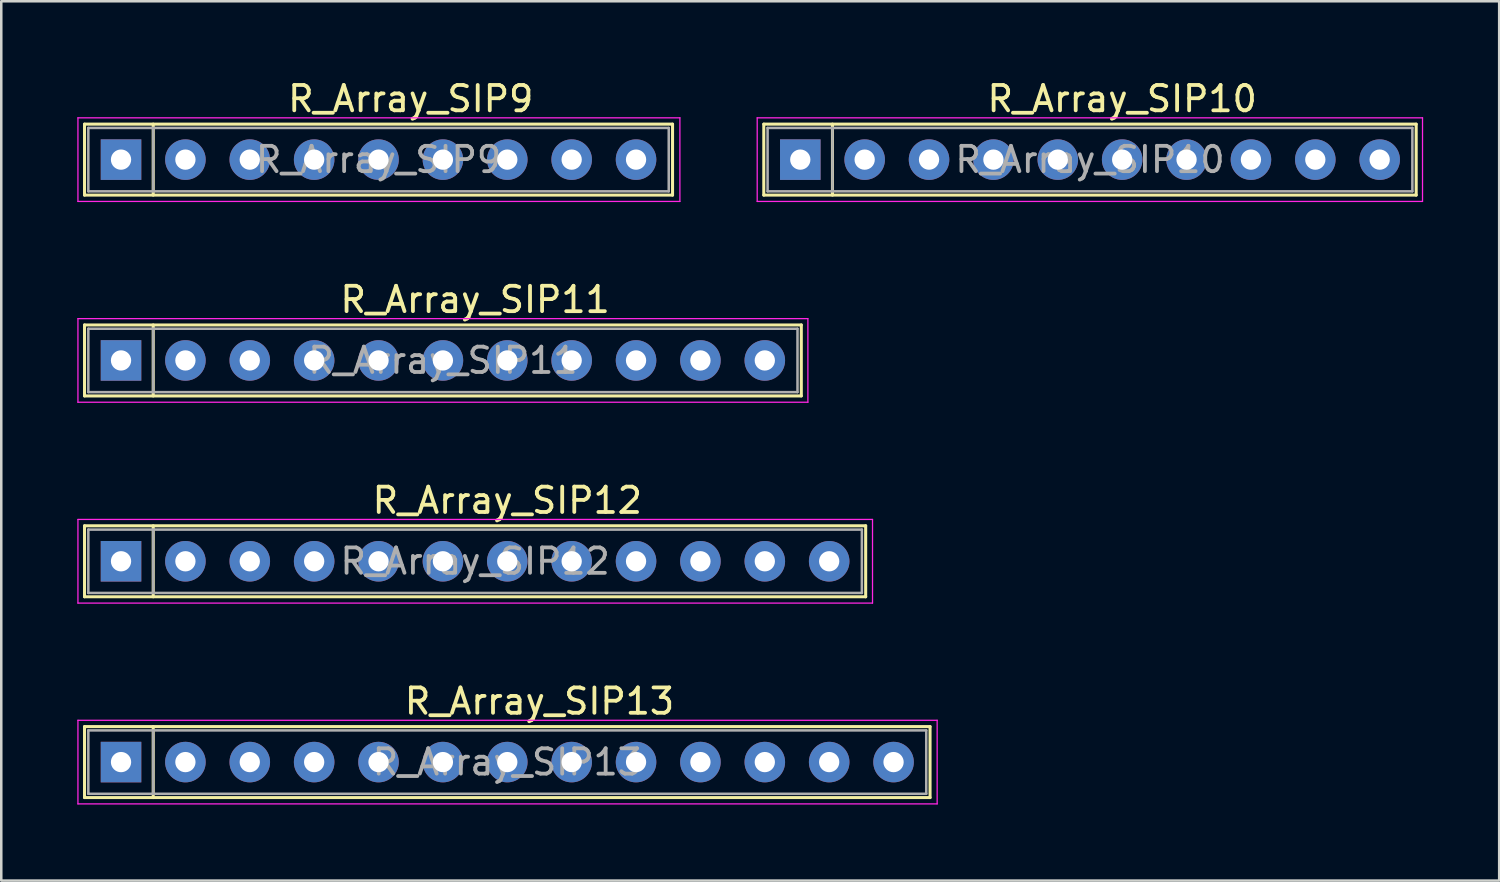
<source format=kicad_pcb>
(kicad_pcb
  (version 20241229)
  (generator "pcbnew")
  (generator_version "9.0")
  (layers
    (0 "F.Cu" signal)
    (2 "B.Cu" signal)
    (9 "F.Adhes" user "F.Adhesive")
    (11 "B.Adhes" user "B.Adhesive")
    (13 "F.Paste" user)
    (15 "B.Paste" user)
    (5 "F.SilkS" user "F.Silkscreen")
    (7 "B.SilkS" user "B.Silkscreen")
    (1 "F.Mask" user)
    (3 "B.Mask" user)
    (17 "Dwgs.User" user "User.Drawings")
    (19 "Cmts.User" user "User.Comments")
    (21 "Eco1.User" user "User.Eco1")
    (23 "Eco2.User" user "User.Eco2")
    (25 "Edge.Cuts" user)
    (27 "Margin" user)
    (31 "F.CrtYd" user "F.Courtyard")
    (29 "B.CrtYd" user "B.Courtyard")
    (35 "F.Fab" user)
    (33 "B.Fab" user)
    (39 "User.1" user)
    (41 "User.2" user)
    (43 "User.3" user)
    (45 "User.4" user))
  (footprint "R_Array_SIP13"
    (layer "F.Cu")
    (at 1.725 27.018)
    (property "Reference" "R_Array_SIP13" (at 16.51 -2.4 0) (layer "F.SilkS") (effects (font (size 1 1) (thickness 0.15))))
    (attr through_hole)
    (fp_line (start -1.44 -1.4) (end -1.44 1.4) (stroke (width 0.12) (type solid)) (layer "F.SilkS"))
    (fp_line (start -1.44 1.4) (end 31.92 1.4) (stroke (width 0.12) (type solid)) (layer "F.SilkS"))
    (fp_line (start 1.27 -1.4) (end 1.27 1.4) (stroke (width 0.12) (type solid)) (layer "F.SilkS"))
    (fp_line (start 31.92 -1.4) (end -1.44 -1.4) (stroke (width 0.12) (type solid)) (layer "F.SilkS"))
    (fp_line (start 31.92 1.4) (end 31.92 -1.4) (stroke (width 0.12) (type solid)) (layer "F.SilkS"))
    (fp_line (start -1.7 -1.65) (end -1.7 1.65) (stroke (width 0.05) (type solid)) (layer "F.CrtYd"))
    (fp_line (start -1.7 1.65) (end 32.2 1.65) (stroke (width 0.05) (type solid)) (layer "F.CrtYd"))
    (fp_line (start 32.2 -1.65) (end -1.7 -1.65) (stroke (width 0.05) (type solid)) (layer "F.CrtYd"))
    (fp_line (start 32.2 1.65) (end 32.2 -1.65) (stroke (width 0.05) (type solid)) (layer "F.CrtYd"))
    (fp_line (start -1.29 -1.25) (end -1.29 1.25) (stroke (width 0.1) (type solid)) (layer "F.Fab"))
    (fp_line (start -1.29 1.25) (end 31.77 1.25) (stroke (width 0.1) (type solid)) (layer "F.Fab"))
    (fp_line (start 1.27 -1.25) (end 1.27 1.25) (stroke (width 0.1) (type solid)) (layer "F.Fab"))
    (fp_line (start 31.77 -1.25) (end -1.29 -1.25) (stroke (width 0.1) (type solid)) (layer "F.Fab"))
    (fp_line (start 31.77 1.25) (end 31.77 -1.25) (stroke (width 0.1) (type solid)) (layer "F.Fab"))
    (fp_text user "${REFERENCE}" (at 15.24 0 0) (layer "F.Fab") (effects (font (size 1 1) (thickness 0.15))))
    (pad "1" thru_hole rect (at 0 0) (size 1.6 1.6) (drill 0.8) (layers "*.Cu" "*.Mask"))
    (pad "2" thru_hole oval (at 2.54 0) (size 1.6 1.6) (drill 0.8) (layers "*.Cu" "*.Mask"))
    (pad "3" thru_hole oval (at 5.08 0) (size 1.6 1.6) (drill 0.8) (layers "*.Cu" "*.Mask"))
    (pad "4" thru_hole oval (at 7.62 0) (size 1.6 1.6) (drill 0.8) (layers "*.Cu" "*.Mask"))
    (pad "5" thru_hole oval (at 10.16 0) (size 1.6 1.6) (drill 0.8) (layers "*.Cu" "*.Mask"))
    (pad "6" thru_hole oval (at 12.7 0) (size 1.6 1.6) (drill 0.8) (layers "*.Cu" "*.Mask"))
    (pad "7" thru_hole oval (at 15.24 0) (size 1.6 1.6) (drill 0.8) (layers "*.Cu" "*.Mask"))
    (pad "8" thru_hole oval (at 17.78 0) (size 1.6 1.6) (drill 0.8) (layers "*.Cu" "*.Mask"))
    (pad "9" thru_hole oval (at 20.32 0) (size 1.6 1.6) (drill 0.8) (layers "*.Cu" "*.Mask"))
    (pad "10" thru_hole oval (at 22.86 0) (size 1.6 1.6) (drill 0.8) (layers "*.Cu" "*.Mask"))
    (pad "11" thru_hole oval (at 25.4 0) (size 1.6 1.6) (drill 0.8) (layers "*.Cu" "*.Mask"))
    (pad "12" thru_hole oval (at 27.94 0) (size 1.6 1.6) (drill 0.8) (layers "*.Cu" "*.Mask"))
    (pad "13" thru_hole oval (at 30.48 0) (size 1.6 1.6) (drill 0.8) (layers "*.Cu" "*.Mask")))
  (footprint "R_Array_SIP11"
    (layer "F.Cu")
    (at 1.725 11.171)
    (property "Reference" "R_Array_SIP11" (at 13.97 -2.4 0) (layer "F.SilkS") (effects (font (size 1 1) (thickness 0.15))))
    (attr through_hole)
    (fp_line (start -1.44 -1.4) (end -1.44 1.4) (stroke (width 0.12) (type solid)) (layer "F.SilkS"))
    (fp_line (start -1.44 1.4) (end 26.84 1.4) (stroke (width 0.12) (type solid)) (layer "F.SilkS"))
    (fp_line (start 1.27 -1.4) (end 1.27 1.4) (stroke (width 0.12) (type solid)) (layer "F.SilkS"))
    (fp_line (start 26.84 -1.4) (end -1.44 -1.4) (stroke (width 0.12) (type solid)) (layer "F.SilkS"))
    (fp_line (start 26.84 1.4) (end 26.84 -1.4) (stroke (width 0.12) (type solid)) (layer "F.SilkS"))
    (fp_line (start -1.7 -1.65) (end -1.7 1.65) (stroke (width 0.05) (type solid)) (layer "F.CrtYd"))
    (fp_line (start -1.7 1.65) (end 27.1 1.65) (stroke (width 0.05) (type solid)) (layer "F.CrtYd"))
    (fp_line (start 27.1 -1.65) (end -1.7 -1.65) (stroke (width 0.05) (type solid)) (layer "F.CrtYd"))
    (fp_line (start 27.1 1.65) (end 27.1 -1.65) (stroke (width 0.05) (type solid)) (layer "F.CrtYd"))
    (fp_line (start -1.29 -1.25) (end -1.29 1.25) (stroke (width 0.1) (type solid)) (layer "F.Fab"))
    (fp_line (start -1.29 1.25) (end 26.69 1.25) (stroke (width 0.1) (type solid)) (layer "F.Fab"))
    (fp_line (start 1.27 -1.25) (end 1.27 1.25) (stroke (width 0.1) (type solid)) (layer "F.Fab"))
    (fp_line (start 26.69 -1.25) (end -1.29 -1.25) (stroke (width 0.1) (type solid)) (layer "F.Fab"))
    (fp_line (start 26.69 1.25) (end 26.69 -1.25) (stroke (width 0.1) (type solid)) (layer "F.Fab"))
    (fp_text user "${REFERENCE}" (at 12.7 0 0) (layer "F.Fab") (effects (font (size 1 1) (thickness 0.15))))
    (pad "1" thru_hole rect (at 0 0) (size 1.6 1.6) (drill 0.8) (layers "*.Cu" "*.Mask"))
    (pad "2" thru_hole oval (at 2.54 0) (size 1.6 1.6) (drill 0.8) (layers "*.Cu" "*.Mask"))
    (pad "3" thru_hole oval (at 5.08 0) (size 1.6 1.6) (drill 0.8) (layers "*.Cu" "*.Mask"))
    (pad "4" thru_hole oval (at 7.62 0) (size 1.6 1.6) (drill 0.8) (layers "*.Cu" "*.Mask"))
    (pad "5" thru_hole oval (at 10.16 0) (size 1.6 1.6) (drill 0.8) (layers "*.Cu" "*.Mask"))
    (pad "6" thru_hole oval (at 12.7 0) (size 1.6 1.6) (drill 0.8) (layers "*.Cu" "*.Mask"))
    (pad "7" thru_hole oval (at 15.24 0) (size 1.6 1.6) (drill 0.8) (layers "*.Cu" "*.Mask"))
    (pad "8" thru_hole oval (at 17.78 0) (size 1.6 1.6) (drill 0.8) (layers "*.Cu" "*.Mask"))
    (pad "9" thru_hole oval (at 20.32 0) (size 1.6 1.6) (drill 0.8) (layers "*.Cu" "*.Mask"))
    (pad "10" thru_hole oval (at 22.86 0) (size 1.6 1.6) (drill 0.8) (layers "*.Cu" "*.Mask"))
    (pad "11" thru_hole oval (at 25.4 0) (size 1.6 1.6) (drill 0.8) (layers "*.Cu" "*.Mask")))
  (footprint "R_Array_SIP10"
    (layer "F.Cu")
    (at 28.525 3.248)
    (property "Reference" "R_Array_SIP10" (at 12.7 -2.4 0) (layer "F.SilkS") (effects (font (size 1 1) (thickness 0.15))))
    (attr through_hole)
    (fp_line (start -1.44 -1.4) (end -1.44 1.4) (stroke (width 0.12) (type solid)) (layer "F.SilkS"))
    (fp_line (start -1.44 1.4) (end 24.3 1.4) (stroke (width 0.12) (type solid)) (layer "F.SilkS"))
    (fp_line (start 1.27 -1.4) (end 1.27 1.4) (stroke (width 0.12) (type solid)) (layer "F.SilkS"))
    (fp_line (start 24.3 -1.4) (end -1.44 -1.4) (stroke (width 0.12) (type solid)) (layer "F.SilkS"))
    (fp_line (start 24.3 1.4) (end 24.3 -1.4) (stroke (width 0.12) (type solid)) (layer "F.SilkS"))
    (fp_line (start -1.7 -1.65) (end -1.7 1.65) (stroke (width 0.05) (type solid)) (layer "F.CrtYd"))
    (fp_line (start -1.7 1.65) (end 24.55 1.65) (stroke (width 0.05) (type solid)) (layer "F.CrtYd"))
    (fp_line (start 24.55 -1.65) (end -1.7 -1.65) (stroke (width 0.05) (type solid)) (layer "F.CrtYd"))
    (fp_line (start 24.55 1.65) (end 24.55 -1.65) (stroke (width 0.05) (type solid)) (layer "F.CrtYd"))
    (fp_line (start -1.29 -1.25) (end -1.29 1.25) (stroke (width 0.1) (type solid)) (layer "F.Fab"))
    (fp_line (start -1.29 1.25) (end 24.15 1.25) (stroke (width 0.1) (type solid)) (layer "F.Fab"))
    (fp_line (start 1.27 -1.25) (end 1.27 1.25) (stroke (width 0.1) (type solid)) (layer "F.Fab"))
    (fp_line (start 24.15 -1.25) (end -1.29 -1.25) (stroke (width 0.1) (type solid)) (layer "F.Fab"))
    (fp_line (start 24.15 1.25) (end 24.15 -1.25) (stroke (width 0.1) (type solid)) (layer "F.Fab"))
    (fp_text user "${REFERENCE}" (at 11.43 0 0) (layer "F.Fab") (effects (font (size 1 1) (thickness 0.15))))
    (pad "1" thru_hole rect (at 0 0) (size 1.6 1.6) (drill 0.8) (layers "*.Cu" "*.Mask"))
    (pad "2" thru_hole oval (at 2.54 0) (size 1.6 1.6) (drill 0.8) (layers "*.Cu" "*.Mask"))
    (pad "3" thru_hole oval (at 5.08 0) (size 1.6 1.6) (drill 0.8) (layers "*.Cu" "*.Mask"))
    (pad "4" thru_hole oval (at 7.62 0) (size 1.6 1.6) (drill 0.8) (layers "*.Cu" "*.Mask"))
    (pad "5" thru_hole oval (at 10.16 0) (size 1.6 1.6) (drill 0.8) (layers "*.Cu" "*.Mask"))
    (pad "6" thru_hole oval (at 12.7 0) (size 1.6 1.6) (drill 0.8) (layers "*.Cu" "*.Mask"))
    (pad "7" thru_hole oval (at 15.24 0) (size 1.6 1.6) (drill 0.8) (layers "*.Cu" "*.Mask"))
    (pad "8" thru_hole oval (at 17.78 0) (size 1.6 1.6) (drill 0.8) (layers "*.Cu" "*.Mask"))
    (pad "9" thru_hole oval (at 20.32 0) (size 1.6 1.6) (drill 0.8) (layers "*.Cu" "*.Mask"))
    (pad "10" thru_hole oval (at 22.86 0) (size 1.6 1.6) (drill 0.8) (layers "*.Cu" "*.Mask")))
  (footprint "R_Array_SIP9"
    (layer "F.Cu")
    (at 1.725 3.248)
    (property "Reference" "R_Array_SIP9" (at 11.43 -2.4 0) (layer "F.SilkS") (effects (font (size 1 1) (thickness 0.15))))
    (attr through_hole)
    (fp_line (start -1.44 -1.4) (end -1.44 1.4) (stroke (width 0.12) (type solid)) (layer "F.SilkS"))
    (fp_line (start -1.44 1.4) (end 21.76 1.4) (stroke (width 0.12) (type solid)) (layer "F.SilkS"))
    (fp_line (start 1.27 -1.4) (end 1.27 1.4) (stroke (width 0.12) (type solid)) (layer "F.SilkS"))
    (fp_line (start 21.76 -1.4) (end -1.44 -1.4) (stroke (width 0.12) (type solid)) (layer "F.SilkS"))
    (fp_line (start 21.76 1.4) (end 21.76 -1.4) (stroke (width 0.12) (type solid)) (layer "F.SilkS"))
    (fp_line (start -1.7 -1.65) (end -1.7 1.65) (stroke (width 0.05) (type solid)) (layer "F.CrtYd"))
    (fp_line (start -1.7 1.65) (end 22.05 1.65) (stroke (width 0.05) (type solid)) (layer "F.CrtYd"))
    (fp_line (start 22.05 -1.65) (end -1.7 -1.65) (stroke (width 0.05) (type solid)) (layer "F.CrtYd"))
    (fp_line (start 22.05 1.65) (end 22.05 -1.65) (stroke (width 0.05) (type solid)) (layer "F.CrtYd"))
    (fp_line (start -1.29 -1.25) (end -1.29 1.25) (stroke (width 0.1) (type solid)) (layer "F.Fab"))
    (fp_line (start -1.29 1.25) (end 21.61 1.25) (stroke (width 0.1) (type solid)) (layer "F.Fab"))
    (fp_line (start 1.27 -1.25) (end 1.27 1.25) (stroke (width 0.1) (type solid)) (layer "F.Fab"))
    (fp_line (start 21.61 -1.25) (end -1.29 -1.25) (stroke (width 0.1) (type solid)) (layer "F.Fab"))
    (fp_line (start 21.61 1.25) (end 21.61 -1.25) (stroke (width 0.1) (type solid)) (layer "F.Fab"))
    (fp_text user "${REFERENCE}" (at 10.16 0 0) (layer "F.Fab") (effects (font (size 1 1) (thickness 0.15))))
    (pad "1" thru_hole rect (at 0 0) (size 1.6 1.6) (drill 0.8) (layers "*.Cu" "*.Mask"))
    (pad "2" thru_hole oval (at 2.54 0) (size 1.6 1.6) (drill 0.8) (layers "*.Cu" "*.Mask"))
    (pad "3" thru_hole oval (at 5.08 0) (size 1.6 1.6) (drill 0.8) (layers "*.Cu" "*.Mask"))
    (pad "4" thru_hole oval (at 7.62 0) (size 1.6 1.6) (drill 0.8) (layers "*.Cu" "*.Mask"))
    (pad "5" thru_hole oval (at 10.16 0) (size 1.6 1.6) (drill 0.8) (layers "*.Cu" "*.Mask"))
    (pad "6" thru_hole oval (at 12.7 0) (size 1.6 1.6) (drill 0.8) (layers "*.Cu" "*.Mask"))
    (pad "7" thru_hole oval (at 15.24 0) (size 1.6 1.6) (drill 0.8) (layers "*.Cu" "*.Mask"))
    (pad "8" thru_hole oval (at 17.78 0) (size 1.6 1.6) (drill 0.8) (layers "*.Cu" "*.Mask"))
    (pad "9" thru_hole oval (at 20.32 0) (size 1.6 1.6) (drill 0.8) (layers "*.Cu" "*.Mask")))
  (footprint "R_Array_SIP12"
    (layer "F.Cu")
    (at 1.725 19.095)
    (property "Reference" "R_Array_SIP12" (at 15.24 -2.4 0) (layer "F.SilkS") (effects (font (size 1 1) (thickness 0.15))))
    (attr through_hole)
    (fp_line (start -1.44 -1.4) (end -1.44 1.4) (stroke (width 0.12) (type solid)) (layer "F.SilkS"))
    (fp_line (start -1.44 1.4) (end 29.38 1.4) (stroke (width 0.12) (type solid)) (layer "F.SilkS"))
    (fp_line (start 1.27 -1.4) (end 1.27 1.4) (stroke (width 0.12) (type solid)) (layer "F.SilkS"))
    (fp_line (start 29.38 -1.4) (end -1.44 -1.4) (stroke (width 0.12) (type solid)) (layer "F.SilkS"))
    (fp_line (start 29.38 1.4) (end 29.38 -1.4) (stroke (width 0.12) (type solid)) (layer "F.SilkS"))
    (fp_line (start -1.7 -1.65) (end -1.7 1.65) (stroke (width 0.05) (type solid)) (layer "F.CrtYd"))
    (fp_line (start -1.7 1.65) (end 29.65 1.65) (stroke (width 0.05) (type solid)) (layer "F.CrtYd"))
    (fp_line (start 29.65 -1.65) (end -1.7 -1.65) (stroke (width 0.05) (type solid)) (layer "F.CrtYd"))
    (fp_line (start 29.65 1.65) (end 29.65 -1.65) (stroke (width 0.05) (type solid)) (layer "F.CrtYd"))
    (fp_line (start -1.29 -1.25) (end -1.29 1.25) (stroke (width 0.1) (type solid)) (layer "F.Fab"))
    (fp_line (start -1.29 1.25) (end 29.23 1.25) (stroke (width 0.1) (type solid)) (layer "F.Fab"))
    (fp_line (start 1.27 -1.25) (end 1.27 1.25) (stroke (width 0.1) (type solid)) (layer "F.Fab"))
    (fp_line (start 29.23 -1.25) (end -1.29 -1.25) (stroke (width 0.1) (type solid)) (layer "F.Fab"))
    (fp_line (start 29.23 1.25) (end 29.23 -1.25) (stroke (width 0.1) (type solid)) (layer "F.Fab"))
    (fp_text user "${REFERENCE}" (at 13.97 0 0) (layer "F.Fab") (effects (font (size 1 1) (thickness 0.15))))
    (pad "1" thru_hole rect (at 0 0) (size 1.6 1.6) (drill 0.8) (layers "*.Cu" "*.Mask"))
    (pad "2" thru_hole oval (at 2.54 0) (size 1.6 1.6) (drill 0.8) (layers "*.Cu" "*.Mask"))
    (pad "3" thru_hole oval (at 5.08 0) (size 1.6 1.6) (drill 0.8) (layers "*.Cu" "*.Mask"))
    (pad "4" thru_hole oval (at 7.62 0) (size 1.6 1.6) (drill 0.8) (layers "*.Cu" "*.Mask"))
    (pad "5" thru_hole oval (at 10.16 0) (size 1.6 1.6) (drill 0.8) (layers "*.Cu" "*.Mask"))
    (pad "6" thru_hole oval (at 12.7 0) (size 1.6 1.6) (drill 0.8) (layers "*.Cu" "*.Mask"))
    (pad "7" thru_hole oval (at 15.24 0) (size 1.6 1.6) (drill 0.8) (layers "*.Cu" "*.Mask"))
    (pad "8" thru_hole oval (at 17.78 0) (size 1.6 1.6) (drill 0.8) (layers "*.Cu" "*.Mask"))
    (pad "9" thru_hole oval (at 20.32 0) (size 1.6 1.6) (drill 0.8) (layers "*.Cu" "*.Mask"))
    (pad "10" thru_hole oval (at 22.86 0) (size 1.6 1.6) (drill 0.8) (layers "*.Cu" "*.Mask"))
    (pad "11" thru_hole oval (at 25.4 0) (size 1.6 1.6) (drill 0.8) (layers "*.Cu" "*.Mask"))
    (pad "12" thru_hole oval (at 27.94 0) (size 1.6 1.6) (drill 0.8) (layers "*.Cu" "*.Mask")))
  (gr_rect
    (start -3 -3)
    (end 56.1 31.693)
    (stroke (width 0.1) (type default))
    (fill no)
    (layer "Edge.Cuts")))
</source>
